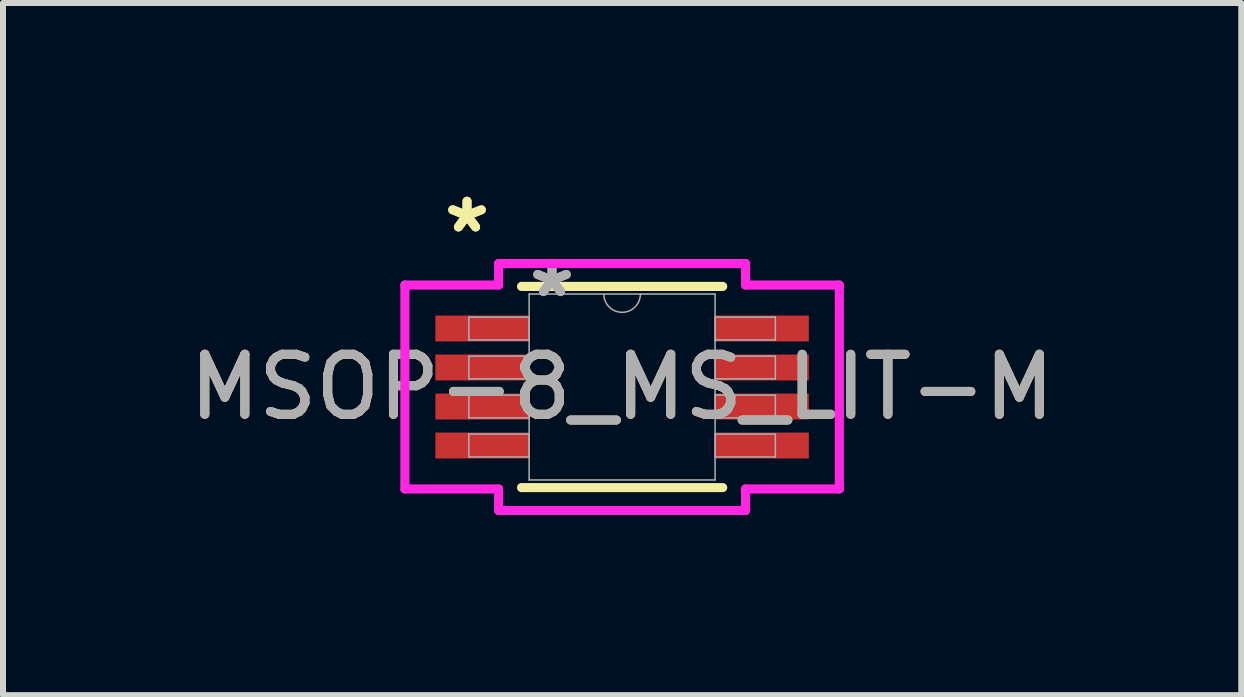
<source format=kicad_pcb>
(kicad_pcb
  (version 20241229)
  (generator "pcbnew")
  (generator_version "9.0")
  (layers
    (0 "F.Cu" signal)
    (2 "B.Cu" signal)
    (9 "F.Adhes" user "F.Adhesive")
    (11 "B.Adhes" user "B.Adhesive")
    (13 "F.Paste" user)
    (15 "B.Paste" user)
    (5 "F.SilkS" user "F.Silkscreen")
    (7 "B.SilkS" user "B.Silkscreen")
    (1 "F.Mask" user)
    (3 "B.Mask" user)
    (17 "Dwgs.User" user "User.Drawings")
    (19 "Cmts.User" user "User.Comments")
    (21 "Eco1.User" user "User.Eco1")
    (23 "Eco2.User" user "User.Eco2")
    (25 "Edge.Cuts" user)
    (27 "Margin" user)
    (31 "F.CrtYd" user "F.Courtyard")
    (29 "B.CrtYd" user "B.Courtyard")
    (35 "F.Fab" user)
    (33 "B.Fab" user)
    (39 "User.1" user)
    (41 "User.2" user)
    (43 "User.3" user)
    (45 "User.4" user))
  (footprint "MSOP-8_MS_LIT-M"
    (layer "F.Cu")
    (at 7.315 3.398)
    (property "Reference" "MSOP-8_MS_LIT-M" (at 0 0 0) (unlocked yes) (layer "F.SilkS") (effects (font (size 1 1) (thickness 0.15))))
    (attr smd)
    (fp_line (start -1.676 1.676) (end 1.676 1.676) (stroke (width 0.152) (type solid)) (layer "F.SilkS"))
    (fp_line (start 1.676 -1.676) (end -1.676 -1.676) (stroke (width 0.152) (type solid)) (layer "F.SilkS"))
    (fp_line (start -3.619 -1.699) (end -2.057 -1.699) (stroke (width 0.152) (type solid)) (layer "F.CrtYd"))
    (fp_line (start -3.619 1.699) (end -3.619 -1.699) (stroke (width 0.152) (type solid)) (layer "F.CrtYd"))
    (fp_line (start -3.619 1.699) (end -2.057 1.699) (stroke (width 0.152) (type solid)) (layer "F.CrtYd"))
    (fp_line (start -2.057 -2.057) (end 2.057 -2.057) (stroke (width 0.152) (type solid)) (layer "F.CrtYd"))
    (fp_line (start -2.057 -1.699) (end -2.057 -2.057) (stroke (width 0.152) (type solid)) (layer "F.CrtYd"))
    (fp_line (start -2.057 2.057) (end -2.057 1.699) (stroke (width 0.152) (type solid)) (layer "F.CrtYd"))
    (fp_line (start 2.057 -2.057) (end 2.057 -1.699) (stroke (width 0.152) (type solid)) (layer "F.CrtYd"))
    (fp_line (start 2.057 1.699) (end 2.057 2.057) (stroke (width 0.152) (type solid)) (layer "F.CrtYd"))
    (fp_line (start 2.057 2.057) (end -2.057 2.057) (stroke (width 0.152) (type solid)) (layer "F.CrtYd"))
    (fp_line (start 3.619 -1.699) (end 2.057 -1.699) (stroke (width 0.152) (type solid)) (layer "F.CrtYd"))
    (fp_line (start 3.619 -1.699) (end 3.619 1.699) (stroke (width 0.152) (type solid)) (layer "F.CrtYd"))
    (fp_line (start 3.619 1.699) (end 2.057 1.699) (stroke (width 0.152) (type solid)) (layer "F.CrtYd"))
    (fp_line (start -2.553 -1.165) (end -2.553 -0.784) (stroke (width 0.025) (type solid)) (layer "F.Fab"))
    (fp_line (start -2.553 -0.784) (end -1.549 -0.784) (stroke (width 0.025) (type solid)) (layer "F.Fab"))
    (fp_line (start -2.553 -0.515) (end -2.553 -0.135) (stroke (width 0.025) (type solid)) (layer "F.Fab"))
    (fp_line (start -2.553 -0.135) (end -1.549 -0.135) (stroke (width 0.025) (type solid)) (layer "F.Fab"))
    (fp_line (start -2.553 0.135) (end -2.553 0.515) (stroke (width 0.025) (type solid)) (layer "F.Fab"))
    (fp_line (start -2.553 0.515) (end -1.549 0.515) (stroke (width 0.025) (type solid)) (layer "F.Fab"))
    (fp_line (start -2.553 0.784) (end -2.553 1.165) (stroke (width 0.025) (type solid)) (layer "F.Fab"))
    (fp_line (start -2.553 1.165) (end -1.549 1.165) (stroke (width 0.025) (type solid)) (layer "F.Fab"))
    (fp_line (start -1.549 -1.549) (end -1.549 1.549) (stroke (width 0.025) (type solid)) (layer "F.Fab"))
    (fp_line (start -1.549 -1.165) (end -2.553 -1.165) (stroke (width 0.025) (type solid)) (layer "F.Fab"))
    (fp_line (start -1.549 -0.784) (end -1.549 -1.165) (stroke (width 0.025) (type solid)) (layer "F.Fab"))
    (fp_line (start -1.549 -0.515) (end -2.553 -0.515) (stroke (width 0.025) (type solid)) (layer "F.Fab"))
    (fp_line (start -1.549 -0.135) (end -1.549 -0.515) (stroke (width 0.025) (type solid)) (layer "F.Fab"))
    (fp_line (start -1.549 0.135) (end -2.553 0.135) (stroke (width 0.025) (type solid)) (layer "F.Fab"))
    (fp_line (start -1.549 0.515) (end -1.549 0.135) (stroke (width 0.025) (type solid)) (layer "F.Fab"))
    (fp_line (start -1.549 0.784) (end -2.553 0.784) (stroke (width 0.025) (type solid)) (layer "F.Fab"))
    (fp_line (start -1.549 1.165) (end -1.549 0.784) (stroke (width 0.025) (type solid)) (layer "F.Fab"))
    (fp_line (start -1.549 1.549) (end 1.549 1.549) (stroke (width 0.025) (type solid)) (layer "F.Fab"))
    (fp_line (start 1.549 -1.549) (end -1.549 -1.549) (stroke (width 0.025) (type solid)) (layer "F.Fab"))
    (fp_line (start 1.549 -1.165) (end 1.549 -0.784) (stroke (width 0.025) (type solid)) (layer "F.Fab"))
    (fp_line (start 1.549 -0.784) (end 2.553 -0.784) (stroke (width 0.025) (type solid)) (layer "F.Fab"))
    (fp_line (start 1.549 -0.515) (end 1.549 -0.135) (stroke (width 0.025) (type solid)) (layer "F.Fab"))
    (fp_line (start 1.549 -0.135) (end 2.553 -0.135) (stroke (width 0.025) (type solid)) (layer "F.Fab"))
    (fp_line (start 1.549 0.135) (end 1.549 0.515) (stroke (width 0.025) (type solid)) (layer "F.Fab"))
    (fp_line (start 1.549 0.515) (end 2.553 0.515) (stroke (width 0.025) (type solid)) (layer "F.Fab"))
    (fp_line (start 1.549 0.784) (end 1.549 1.165) (stroke (width 0.025) (type solid)) (layer "F.Fab"))
    (fp_line (start 1.549 1.165) (end 2.553 1.165) (stroke (width 0.025) (type solid)) (layer "F.Fab"))
    (fp_line (start 1.549 1.549) (end 1.549 -1.549) (stroke (width 0.025) (type solid)) (layer "F.Fab"))
    (fp_line (start 2.553 -1.165) (end 1.549 -1.165) (stroke (width 0.025) (type solid)) (layer "F.Fab"))
    (fp_line (start 2.553 -0.784) (end 2.553 -1.165) (stroke (width 0.025) (type solid)) (layer "F.Fab"))
    (fp_line (start 2.553 -0.515) (end 1.549 -0.515) (stroke (width 0.025) (type solid)) (layer "F.Fab"))
    (fp_line (start 2.553 -0.135) (end 2.553 -0.515) (stroke (width 0.025) (type solid)) (layer "F.Fab"))
    (fp_line (start 2.553 0.135) (end 1.549 0.135) (stroke (width 0.025) (type solid)) (layer "F.Fab"))
    (fp_line (start 2.553 0.515) (end 2.553 0.135) (stroke (width 0.025) (type solid)) (layer "F.Fab"))
    (fp_line (start 2.553 0.784) (end 1.549 0.784) (stroke (width 0.025) (type solid)) (layer "F.Fab"))
    (fp_line (start 2.553 1.165) (end 2.553 0.784) (stroke (width 0.025) (type solid)) (layer "F.Fab"))
    (fp_arc (start 0.3048 -1.5494) (mid 0 -1.2446) (end -0.3048 -1.5494) (stroke (width 0.0254) (type solid)) (layer "F.Fab"))
    (fp_text user "*" (at -2.584 -2.55 0) (unlocked yes) (layer "F.SilkS") (effects (font (size 1 1) (thickness 0.15))))
    (fp_text user "*" (at -2.584 -2.55 0) (layer "F.SilkS") (effects (font (size 1 1) (thickness 0.15))))
    (fp_text user "*" (at -1.168 -1.473 0) (layer "F.Fab") (effects (font (size 1 1) (thickness 0.15))))
    (fp_text user "*" (at -1.168 -1.473 0) (unlocked yes) (layer "F.Fab") (effects (font (size 1 1) (thickness 0.15))))
    (fp_text user "${REFERENCE}" (at 0 0 0) (unlocked yes) (layer "F.Fab") (effects (font (size 1 1) (thickness 0.15))))
    (pad "1" smd rect (at -2.33 -0.975) (size 1.562 0.432) (layers "F.Cu" "F.Mask" "F.Paste"))
    (pad "2" smd rect (at -2.33 -0.325) (size 1.562 0.432) (layers "F.Cu" "F.Mask" "F.Paste"))
    (pad "3" smd rect (at -2.33 0.325) (size 1.562 0.432) (layers "F.Cu" "F.Mask" "F.Paste"))
    (pad "4" smd rect (at -2.33 0.975) (size 1.562 0.432) (layers "F.Cu" "F.Mask" "F.Paste"))
    (pad "5" smd rect (at 2.33 0.975) (size 1.562 0.432) (layers "F.Cu" "F.Mask" "F.Paste"))
    (pad "6" smd rect (at 2.33 0.325) (size 1.562 0.432) (layers "F.Cu" "F.Mask" "F.Paste"))
    (pad "7" smd rect (at 2.33 -0.325) (size 1.562 0.432) (layers "F.Cu" "F.Mask" "F.Paste"))
    (pad "8" smd rect (at 2.33 -0.975) (size 1.562 0.432) (layers "F.Cu" "F.Mask" "F.Paste")))
  (gr_rect
    (start -3 -3)
    (end 17.631 8.532)
    (stroke (width 0.1) (type default))
    (fill no)
    (layer "Edge.Cuts")))
</source>
